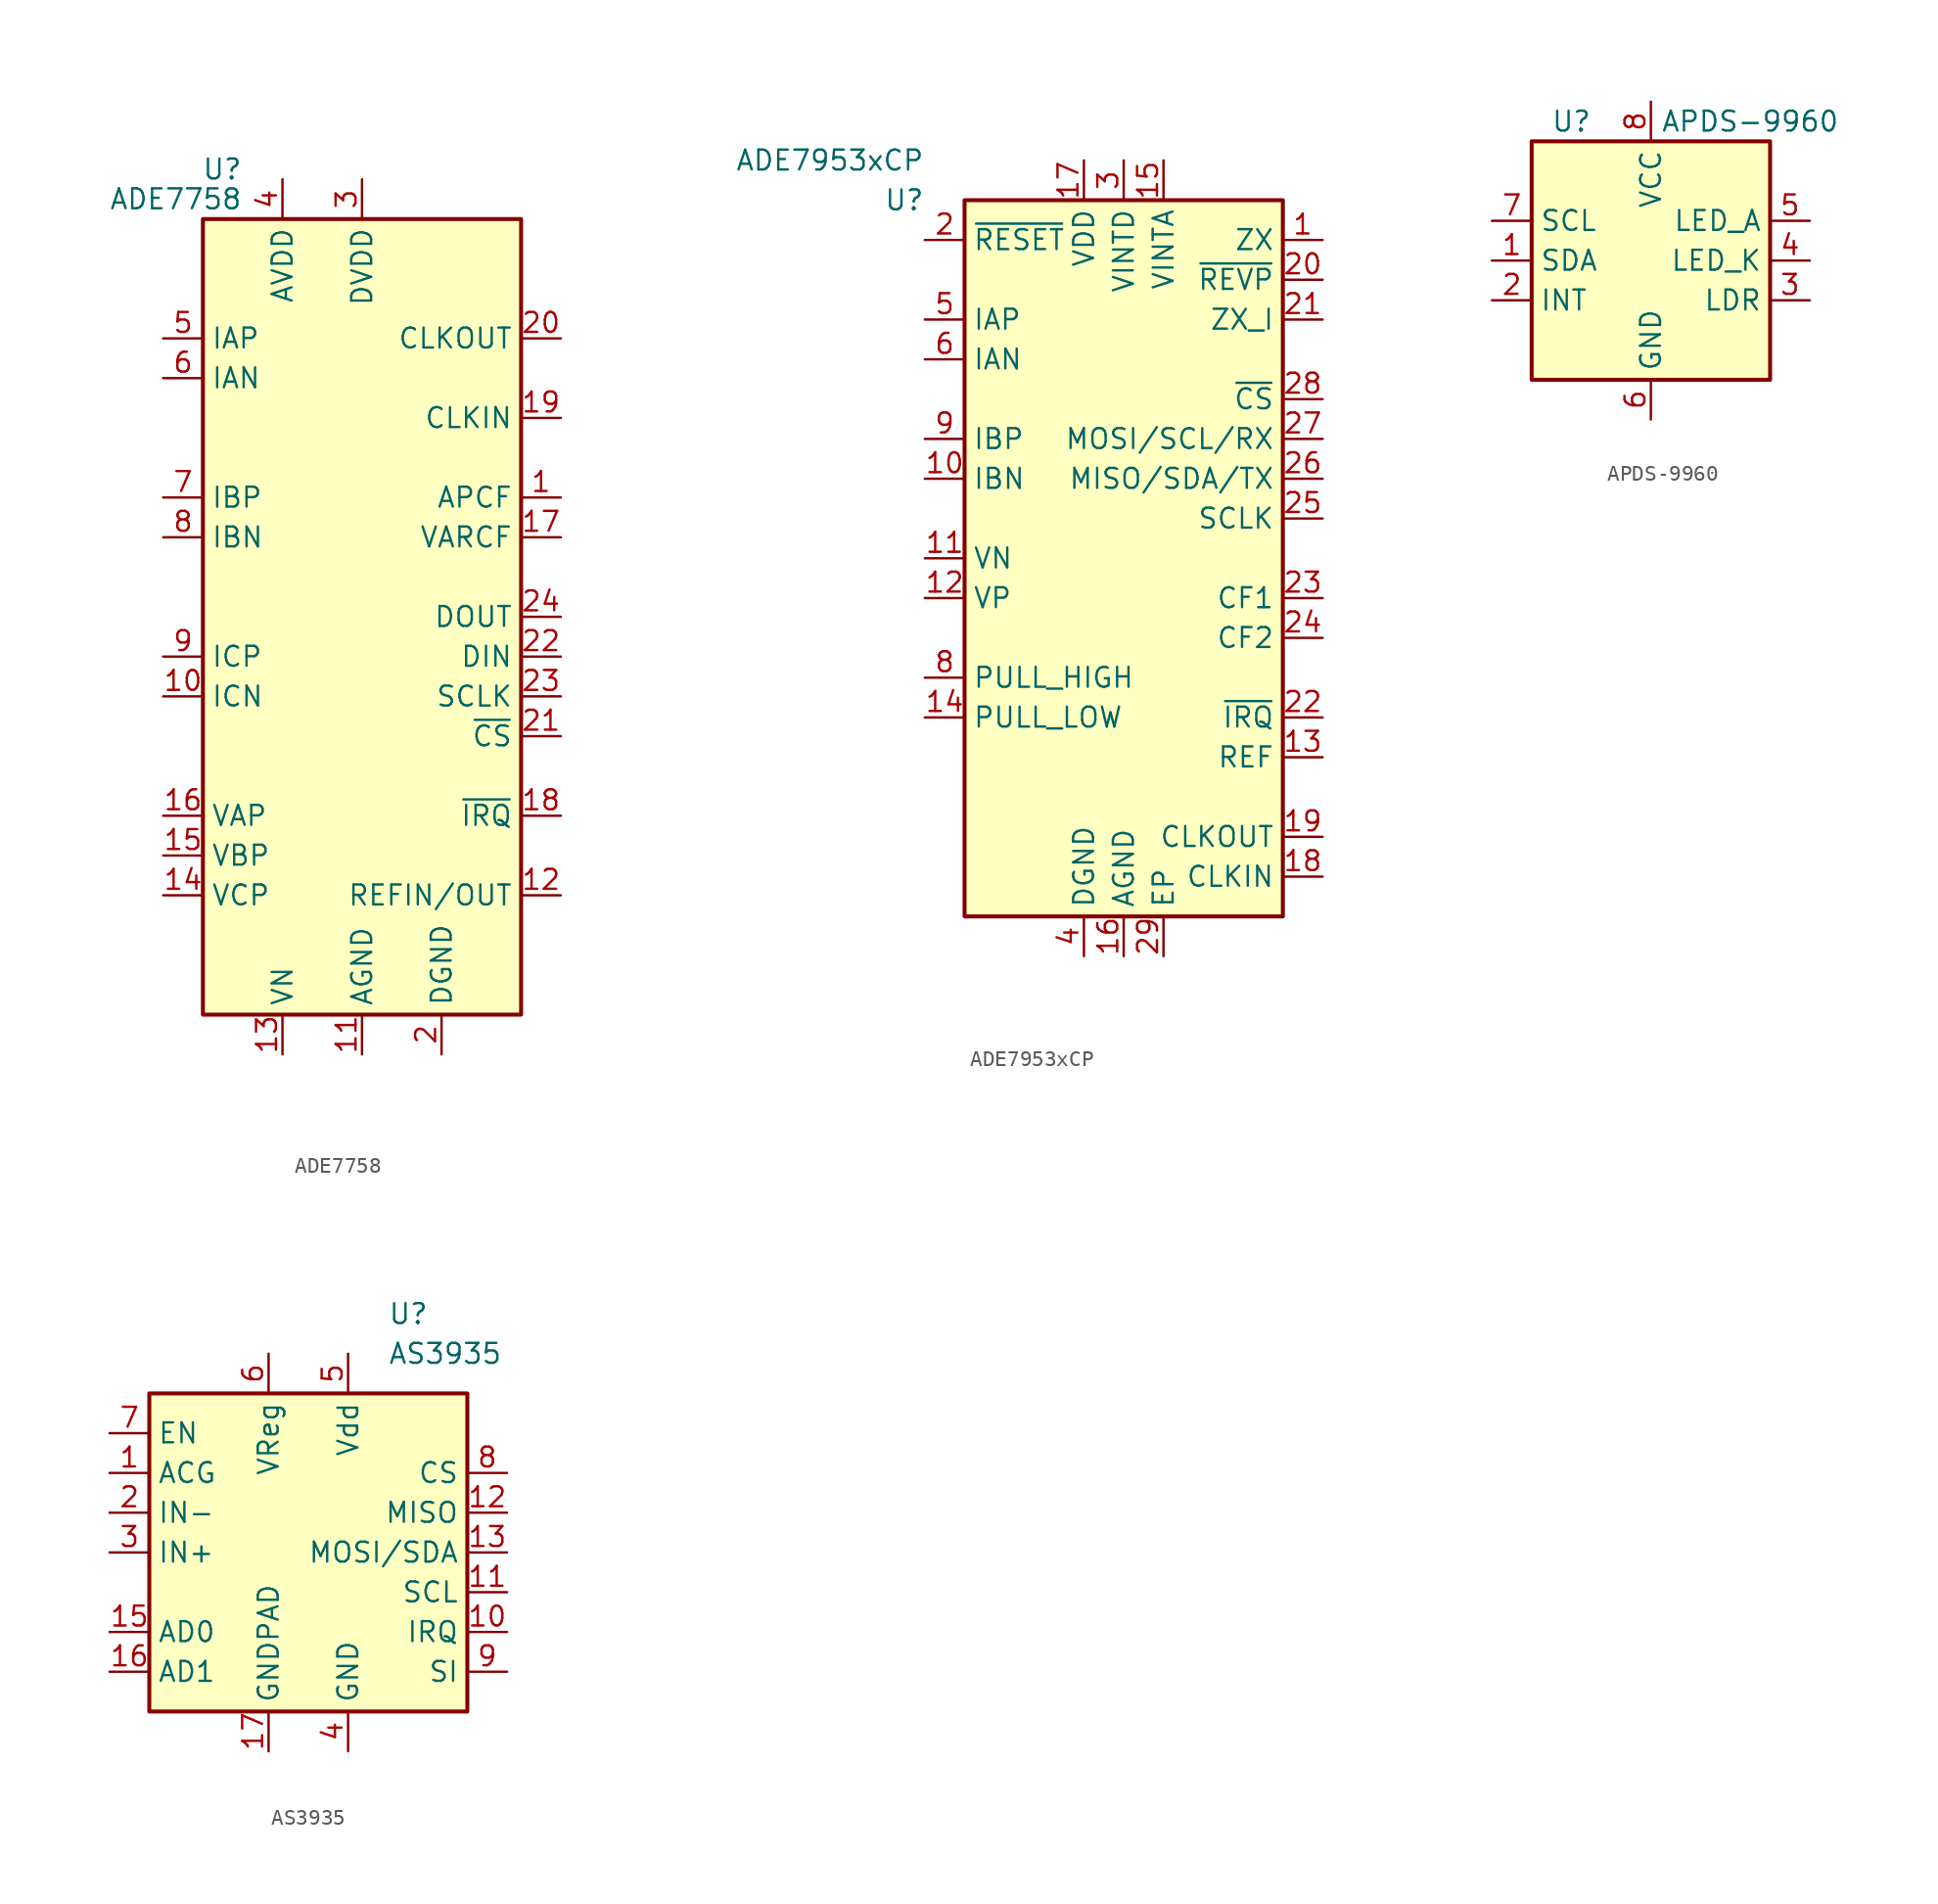
<source format=kicad_sym>
(kicad_symbol_lib
  (version 20211014)
  (generator kicad_symbol_editor)
  (symbol "ADE7758"
    (property "Reference" "U"
      (at -7.62 28.575 0)
      (effects (font (size 1.27 1.27)) (justify right)))
    (property "Value" "ADE7758"
      (at -7.62 26.67 0)
      (effects (font (size 1.27 1.27)) (justify right)))
    (symbol "ADE7758_0_1"
      (rectangle (start 10.16 -25.4) (end -10.16 25.4) (stroke (width 0.254) (type default) (color 0 0 0 0)) (fill (type background))))
    (symbol "ADE7758_1_1"
      (pin output line (at 12.7 7.62 180) (length 2.54) (name "APCF" (effects (font (size 1.27 1.27)))) (number "1" (effects (font (size 1.27 1.27)))))
      (pin input line (at -12.7 -5.08 0) (length 2.54) (name "ICN" (effects (font (size 1.27 1.27)))) (number "10" (effects (font (size 1.27 1.27)))))
      (pin power_in line (at 0 -27.94 90) (length 2.54) (name "AGND" (effects (font (size 1.27 1.27)))) (number "11" (effects (font (size 1.27 1.27)))))
      (pin input line (at 12.7 -17.78 180) (length 2.54) (name "REFIN/OUT" (effects (font (size 1.27 1.27)))) (number "12" (effects (font (size 1.27 1.27)))))
      (pin power_in line (at -5.08 -27.94 90) (length 2.54) (name "VN" (effects (font (size 1.27 1.27)))) (number "13" (effects (font (size 1.27 1.27)))))
      (pin input line (at -12.7 -17.78 0) (length 2.54) (name "VCP" (effects (font (size 1.27 1.27)))) (number "14" (effects (font (size 1.27 1.27)))))
      (pin input line (at -12.7 -15.24 0) (length 2.54) (name "VBP" (effects (font (size 1.27 1.27)))) (number "15" (effects (font (size 1.27 1.27)))))
      (pin input line (at -12.7 -12.7 0) (length 2.54) (name "VAP" (effects (font (size 1.27 1.27)))) (number "16" (effects (font (size 1.27 1.27)))))
      (pin output line (at 12.7 5.08 180) (length 2.54) (name "VARCF" (effects (font (size 1.27 1.27)))) (number "17" (effects (font (size 1.27 1.27)))))
      (pin open_collector line (at 12.7 -12.7 180) (length 2.54) (name "~{IRQ}" (effects (font (size 1.27 1.27)))) (number "18" (effects (font (size 1.27 1.27)))))
      (pin input line (at 12.7 12.7 180) (length 2.54) (name "CLKIN" (effects (font (size 1.27 1.27)))) (number "19" (effects (font (size 1.27 1.27)))))
      (pin power_in line (at 5.08 -27.94 90) (length 2.54) (name "DGND" (effects (font (size 1.27 1.27)))) (number "2" (effects (font (size 1.27 1.27)))))
      (pin output line (at 12.7 17.78 180) (length 2.54) (name "CLKOUT" (effects (font (size 1.27 1.27)))) (number "20" (effects (font (size 1.27 1.27)))))
      (pin input line (at 12.7 -7.62 180) (length 2.54) (name "~{CS}" (effects (font (size 1.27 1.27)))) (number "21" (effects (font (size 1.27 1.27)))))
      (pin input line (at 12.7 -2.54 180) (length 2.54) (name "DIN" (effects (font (size 1.27 1.27)))) (number "22" (effects (font (size 1.27 1.27)))))
      (pin input line (at 12.7 -5.08 180) (length 2.54) (name "SCLK" (effects (font (size 1.27 1.27)))) (number "23" (effects (font (size 1.27 1.27)))))
      (pin output line (at 12.7 0 180) (length 2.54) (name "DOUT" (effects (font (size 1.27 1.27)))) (number "24" (effects (font (size 1.27 1.27)))))
      (pin power_in line (at 0 27.94 270) (length 2.54) (name "DVDD" (effects (font (size 1.27 1.27)))) (number "3" (effects (font (size 1.27 1.27)))))
      (pin power_in line (at -5.08 27.94 270) (length 2.54) (name "AVDD" (effects (font (size 1.27 1.27)))) (number "4" (effects (font (size 1.27 1.27)))))
      (pin input line (at -12.7 17.78 0) (length 2.54) (name "IAP" (effects (font (size 1.27 1.27)))) (number "5" (effects (font (size 1.27 1.27)))))
      (pin input line (at -12.7 15.24 0) (length 2.54) (name "IAN" (effects (font (size 1.27 1.27)))) (number "6" (effects (font (size 1.27 1.27)))))
      (pin input line (at -12.7 7.62 0) (length 2.54) (name "IBP" (effects (font (size 1.27 1.27)))) (number "7" (effects (font (size 1.27 1.27)))))
      (pin input line (at -12.7 5.08 0) (length 2.54) (name "IBN" (effects (font (size 1.27 1.27)))) (number "8" (effects (font (size 1.27 1.27)))))
      (pin input line (at -12.7 -2.54 0) (length 2.54) (name "ICP" (effects (font (size 1.27 1.27)))) (number "9" (effects (font (size 1.27 1.27)))))))
  (symbol "ADE7953xCP"
    (property "Reference" "U"
      (at -12.7 22.86 0)
      (effects (font (size 1.27 1.27)) (justify right)))
    (property "Value" "ADE7953xCP"
      (at -12.7 25.4 0)
      (effects (font (size 1.27 1.27)) (justify right)))
    (symbol "ADE7953xCP_0_1"
      (rectangle (start 10.16 -22.86) (end -10.16 22.86) (stroke (width 0.254) (type default) (color 0 0 0 0)) (fill (type background))))
    (symbol "ADE7953xCP_1_1"
      (pin output line (at 12.7 20.32 180) (length 2.54) (name "ZX" (effects (font (size 1.27 1.27)))) (number "1" (effects (font (size 1.27 1.27)))))
      (pin input line (at -12.7 5.08 0) (length 2.54) (name "IBN" (effects (font (size 1.27 1.27)))) (number "10" (effects (font (size 1.27 1.27)))))
      (pin input line (at -12.7 0 0) (length 2.54) (name "VN" (effects (font (size 1.27 1.27)))) (number "11" (effects (font (size 1.27 1.27)))))
      (pin input line (at -12.7 -2.54 0) (length 2.54) (name "VP" (effects (font (size 1.27 1.27)))) (number "12" (effects (font (size 1.27 1.27)))))
      (pin input line (at 12.7 -12.7 180) (length 2.54) (name "REF" (effects (font (size 1.27 1.27)))) (number "13" (effects (font (size 1.27 1.27)))))
      (pin input line (at -12.7 -10.16 0) (length 2.54) (name "PULL_LOW" (effects (font (size 1.27 1.27)))) (number "14" (effects (font (size 1.27 1.27)))))
      (pin power_out line (at 2.54 25.4 270) (length 2.54) (name "VINTA" (effects (font (size 1.27 1.27)))) (number "15" (effects (font (size 1.27 1.27)))))
      (pin power_in line (at 0 -25.4 90) (length 2.54) (name "AGND" (effects (font (size 1.27 1.27)))) (number "16" (effects (font (size 1.27 1.27)))))
      (pin power_in line (at -2.54 25.4 270) (length 2.54) (name "VDD" (effects (font (size 1.27 1.27)))) (number "17" (effects (font (size 1.27 1.27)))))
      (pin input line (at 12.7 -20.32 180) (length 2.54) (name "CLKIN" (effects (font (size 1.27 1.27)))) (number "18" (effects (font (size 1.27 1.27)))))
      (pin output line (at 12.7 -17.78 180) (length 2.54) (name "CLKOUT" (effects (font (size 1.27 1.27)))) (number "19" (effects (font (size 1.27 1.27)))))
      (pin input line (at -12.7 20.32 0) (length 2.54) (name "~{RESET}" (effects (font (size 1.27 1.27)))) (number "2" (effects (font (size 1.27 1.27)))))
      (pin output line (at 12.7 17.78 180) (length 2.54) (name "~{REVP}" (effects (font (size 1.27 1.27)))) (number "20" (effects (font (size 1.27 1.27)))))
      (pin output line (at 12.7 15.24 180) (length 2.54) (name "ZX_I" (effects (font (size 1.27 1.27)))) (number "21" (effects (font (size 1.27 1.27)))))
      (pin open_collector line (at 12.7 -10.16 180) (length 2.54) (name "~{IRQ}" (effects (font (size 1.27 1.27)))) (number "22" (effects (font (size 1.27 1.27)))))
      (pin output line (at 12.7 -2.54 180) (length 2.54) (name "CF1" (effects (font (size 1.27 1.27)))) (number "23" (effects (font (size 1.27 1.27)))))
      (pin output line (at 12.7 -5.08 180) (length 2.54) (name "CF2" (effects (font (size 1.27 1.27)))) (number "24" (effects (font (size 1.27 1.27)))))
      (pin input line (at 12.7 2.54 180) (length 2.54) (name "SCLK" (effects (font (size 1.27 1.27)))) (number "25" (effects (font (size 1.27 1.27)))))
      (pin bidirectional line (at 12.7 5.08 180) (length 2.54) (name "MISO/SDA/TX" (effects (font (size 1.27 1.27)))) (number "26" (effects (font (size 1.27 1.27)))))
      (pin input line (at 12.7 7.62 180) (length 2.54) (name "MOSI/SCL/RX" (effects (font (size 1.27 1.27)))) (number "27" (effects (font (size 1.27 1.27)))))
      (pin input line (at 12.7 10.16 180) (length 2.54) (name "~{CS}" (effects (font (size 1.27 1.27)))) (number "28" (effects (font (size 1.27 1.27)))))
      (pin passive line (at 2.54 -25.4 90) (length 2.54) (name "EP" (effects (font (size 1.27 1.27)))) (number "29" (effects (font (size 1.27 1.27)))))
      (pin power_out line (at 0 25.4 270) (length 2.54) (name "VINTD" (effects (font (size 1.27 1.27)))) (number "3" (effects (font (size 1.27 1.27)))))
      (pin power_in line (at -2.54 -25.4 90) (length 2.54) (name "DGND" (effects (font (size 1.27 1.27)))) (number "4" (effects (font (size 1.27 1.27)))))
      (pin input line (at -12.7 15.24 0) (length 2.54) (name "IAP" (effects (font (size 1.27 1.27)))) (number "5" (effects (font (size 1.27 1.27)))))
      (pin input line (at -12.7 12.7 0) (length 2.54) (name "IAN" (effects (font (size 1.27 1.27)))) (number "6" (effects (font (size 1.27 1.27)))))
      (pin input line (at -12.7 -7.62 0) (length 2.54) hide (name "PULL_HIGH" (effects (font (size 1.27 1.27)))) (number "7" (effects (font (size 1.27 1.27)))))
      (pin input line (at -12.7 -7.62 0) (length 2.54) (name "PULL_HIGH" (effects (font (size 1.27 1.27)))) (number "8" (effects (font (size 1.27 1.27)))))
      (pin input line (at -12.7 7.62 0) (length 2.54) (name "IBP" (effects (font (size 1.27 1.27)))) (number "9" (effects (font (size 1.27 1.27)))))))
  (symbol "APDS-9960"
    (property "Reference" "U"
      (at -5.08 8.89 0)
      (effects (font (size 1.27 1.27))))
    (property "Value" "APDS-9960"
      (at 6.35 8.89 0)
      (effects (font (size 1.27 1.27))))
    (symbol "APDS-9960_0_1"
      (rectangle (start -7.62 7.62) (end 7.62 -7.62) (stroke (width 0.254) (type default) (color 0 0 0 0)) (fill (type background))))
    (symbol "APDS-9960_1_1"
      (pin bidirectional line (at -10.16 0 0) (length 2.54) (name "SDA" (effects (font (size 1.27 1.27)))) (number "1" (effects (font (size 1.27 1.27)))))
      (pin open_collector line (at -10.16 -2.54 0) (length 2.54) (name "INT" (effects (font (size 1.27 1.27)))) (number "2" (effects (font (size 1.27 1.27)))))
      (pin passive line (at 10.16 -2.54 180) (length 2.54) (name "LDR" (effects (font (size 1.27 1.27)))) (number "3" (effects (font (size 1.27 1.27)))))
      (pin passive line (at 10.16 0 180) (length 2.54) (name "LED_K" (effects (font (size 1.27 1.27)))) (number "4" (effects (font (size 1.27 1.27)))))
      (pin passive line (at 10.16 2.54 180) (length 2.54) (name "LED_A" (effects (font (size 1.27 1.27)))) (number "5" (effects (font (size 1.27 1.27)))))
      (pin power_in line (at 0 -10.16 90) (length 2.54) (name "GND" (effects (font (size 1.27 1.27)))) (number "6" (effects (font (size 1.27 1.27)))))
      (pin input line (at -10.16 2.54 0) (length 2.54) (name "SCL" (effects (font (size 1.27 1.27)))) (number "7" (effects (font (size 1.27 1.27)))))
      (pin power_in line (at 0 10.16 270) (length 2.54) (name "VCC" (effects (font (size 1.27 1.27)))) (number "8" (effects (font (size 1.27 1.27)))))))
  (symbol "AS3935"
    (property "Reference" "U"
      (at 5.08 15.24 0)
      (effects (font (size 1.27 1.27)) (justify left)))
    (property "Value" "AS3935"
      (at 5.08 12.7 0)
      (effects (font (size 1.27 1.27)) (justify left)))
    (symbol "AS3935_0_1"
      (rectangle (start -10.16 10.16) (end 10.16 -10.16) (stroke (width 0.254) (type default) (color 0 0 0 0)) (fill (type background))))
    (symbol "AS3935_1_1"
      (pin input line (at -12.7 5.08 0) (length 2.54) (name "ACG" (effects (font (size 1.27 1.27)))) (number "1" (effects (font (size 1.27 1.27)))))
      (pin bidirectional line (at 12.7 -5.08 180) (length 2.54) (name "IRQ" (effects (font (size 1.27 1.27)))) (number "10" (effects (font (size 1.27 1.27)))))
      (pin bidirectional line (at 12.7 -2.54 180) (length 2.54) (name "SCL" (effects (font (size 1.27 1.27)))) (number "11" (effects (font (size 1.27 1.27)))))
      (pin output line (at 12.7 2.54 180) (length 2.54) (name "MISO" (effects (font (size 1.27 1.27)))) (number "12" (effects (font (size 1.27 1.27)))))
      (pin bidirectional line (at 12.7 0 180) (length 2.54) (name "MOSI/SDA" (effects (font (size 1.27 1.27)))) (number "13" (effects (font (size 1.27 1.27)))))
      (pin input line (at -12.7 -5.08 0) (length 2.54) (name "AD0" (effects (font (size 1.27 1.27)))) (number "15" (effects (font (size 1.27 1.27)))))
      (pin input line (at -12.7 -7.62 0) (length 2.54) (name "AD1" (effects (font (size 1.27 1.27)))) (number "16" (effects (font (size 1.27 1.27)))))
      (pin power_in line (at -2.54 -12.7 90) (length 2.54) (name "GNDPAD" (effects (font (size 1.27 1.27)))) (number "17" (effects (font (size 1.27 1.27)))))
      (pin input line (at -12.7 2.54 0) (length 2.54) (name "IN-" (effects (font (size 1.27 1.27)))) (number "2" (effects (font (size 1.27 1.27)))))
      (pin input line (at -12.7 0 0) (length 2.54) (name "IN+" (effects (font (size 1.27 1.27)))) (number "3" (effects (font (size 1.27 1.27)))))
      (pin power_in line (at 2.54 -12.7 90) (length 2.54) (name "GND" (effects (font (size 1.27 1.27)))) (number "4" (effects (font (size 1.27 1.27)))))
      (pin power_in line (at 2.54 12.7 270) (length 2.54) (name "Vdd" (effects (font (size 1.27 1.27)))) (number "5" (effects (font (size 1.27 1.27)))))
      (pin passive line (at -2.54 12.7 270) (length 2.54) (name "VReg" (effects (font (size 1.27 1.27)))) (number "6" (effects (font (size 1.27 1.27)))))
      (pin input line (at -12.7 7.62 0) (length 2.54) (name "EN" (effects (font (size 1.27 1.27)))) (number "7" (effects (font (size 1.27 1.27)))))
      (pin input line (at 12.7 5.08 180) (length 2.54) (name "CS" (effects (font (size 1.27 1.27)))) (number "8" (effects (font (size 1.27 1.27)))))
      (pin input line (at 12.7 -7.62 180) (length 2.54) (name "SI" (effects (font (size 1.27 1.27)))) (number "9" (effects (font (size 1.27 1.27))))))))
</source>
